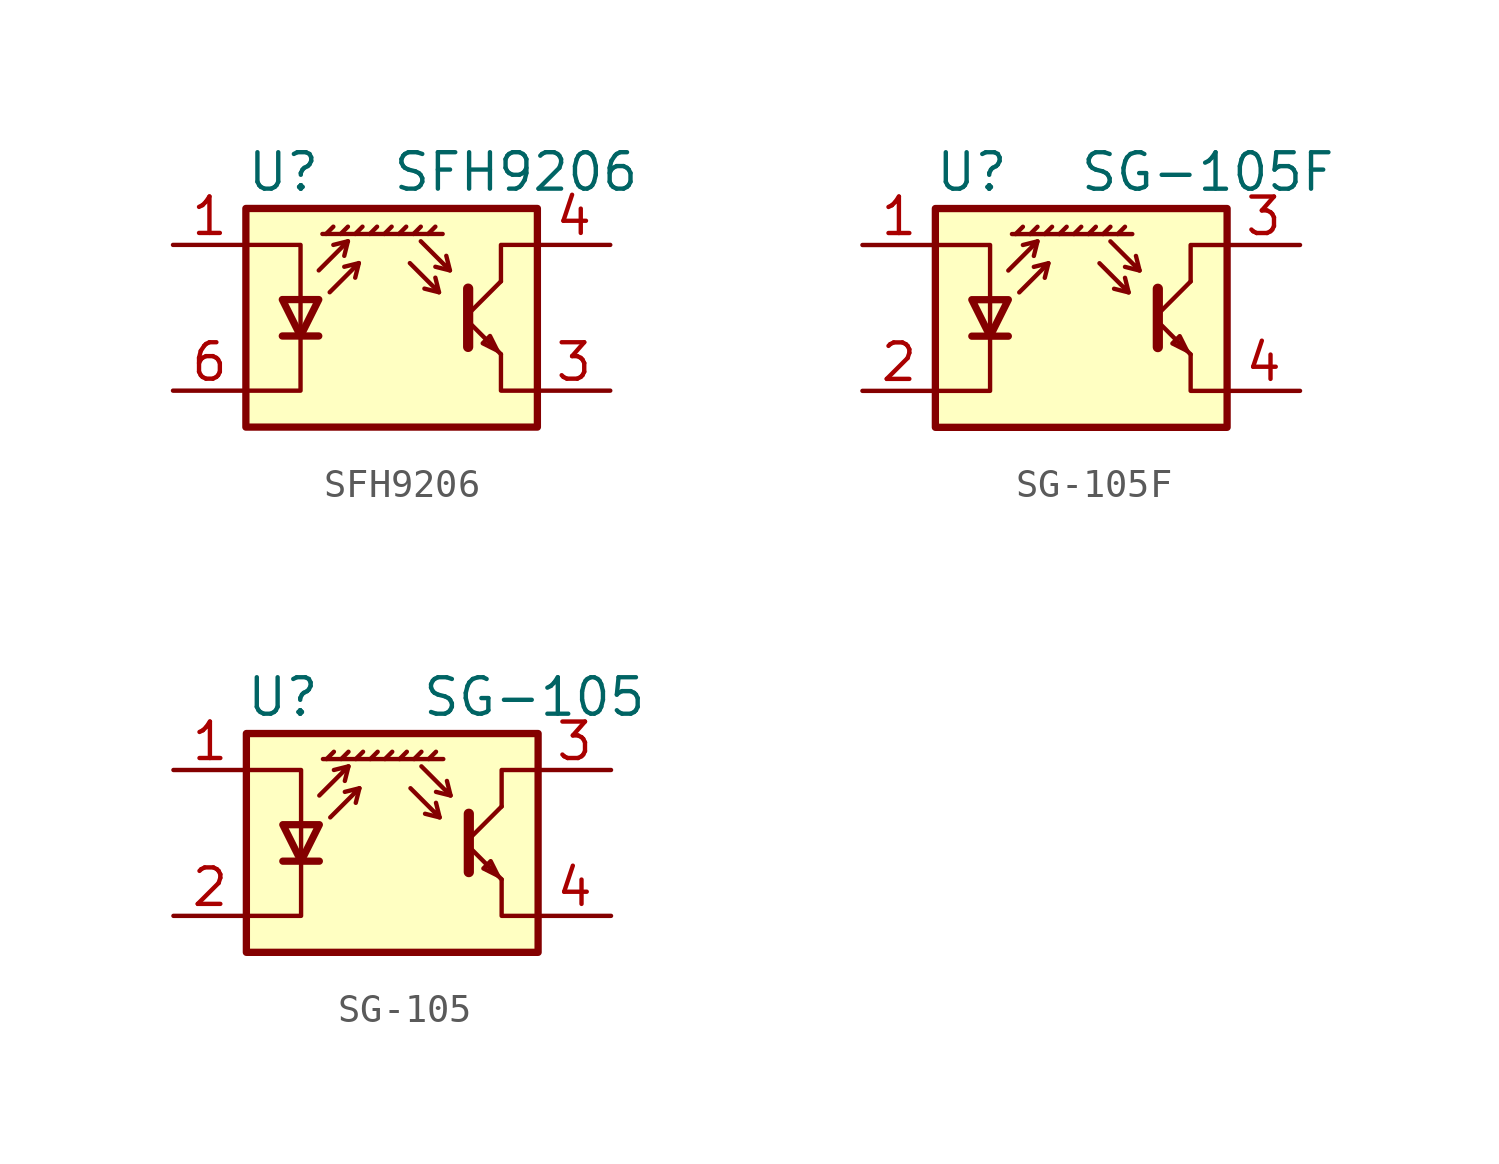
<source format=kicad_sym>
(kicad_symbol_lib
  (version 20241209)
  (generator "kicad_symbol_editor")
  (generator_version "9.0")
  (symbol "SFH9206"
    (pin_names
      (offset 0.025)
      (hide yes))
    (property "Reference" "U"
      (at -5.08 5.08 0)
      (effects (font (size 1.27 1.27)) (justify left)))
    (property "Value" "SFH9206"
      (at 0 5.08 0)
      (effects (font (size 1.27 1.27)) (justify left)))
    (symbol "SFH9206_0_1"
      (polyline (pts (xy -5.08 -2.54) (xy -3.175 -2.54) (xy -3.175 2.54) (xy -5.08 2.54)) (stroke (width 0) (type default)) (fill (type none)))
      (polyline (pts (xy -5.08 -3.81) (xy 5.08 -3.81) (xy 5.08 3.81) (xy -5.08 3.81) (xy -5.08 -3.81)) (stroke (width 0.254) (type default)) (fill (type background)))
      (polyline (pts (xy -3.81 -0.635) (xy -2.54 -0.635)) (stroke (width 0.254) (type default)) (fill (type none)))
      (polyline (pts (xy -3.175 -0.635) (xy -3.81 0.635) (xy -2.54 0.635) (xy -3.175 -0.635)) (stroke (width 0.254) (type default)) (fill (type none)))
      (polyline (pts (xy -2.54 1.651) (xy -1.524 2.667) (xy -2.032 2.54)) (stroke (width 0) (type default)) (fill (type none)))
      (polyline (pts (xy -2.286 2.921) (xy -2.032 3.175)) (stroke (width 0) (type default)) (fill (type none)))
      (polyline (pts (xy -2.159 0.889) (xy -1.143 1.905) (xy -1.651 1.778)) (stroke (width 0) (type default)) (fill (type none)))
      (polyline (pts (xy -1.778 2.921) (xy -1.524 3.175)) (stroke (width 0) (type default)) (fill (type none)))
      (polyline (pts (xy -1.524 2.667) (xy -1.651 2.159)) (stroke (width 0) (type default)) (fill (type none)))
      (polyline (pts (xy -1.27 2.921) (xy -1.016 3.175)) (stroke (width 0) (type default)) (fill (type none)))
      (polyline (pts (xy -1.143 1.905) (xy -1.27 1.397)) (stroke (width 0) (type default)) (fill (type none)))
      (polyline (pts (xy -0.762 2.921) (xy -0.508 3.175)) (stroke (width 0) (type default)) (fill (type none)))
      (polyline (pts (xy -0.254 2.921) (xy 0 3.175)) (stroke (width 0) (type default)) (fill (type none)))
      (polyline (pts (xy 0.254 2.921) (xy 0.508 3.175)) (stroke (width 0) (type default)) (fill (type none)))
      (polyline (pts (xy 0.635 1.905) (xy 1.651 0.889) (xy 1.524 1.397)) (stroke (width 0) (type default)) (fill (type none)))
      (polyline (pts (xy 0.762 2.921) (xy 1.016 3.175)) (stroke (width 0) (type default)) (fill (type none)))
      (polyline (pts (xy 1.016 2.667) (xy 2.032 1.651) (xy 1.905 2.159)) (stroke (width 0) (type default)) (fill (type none)))
      (polyline (pts (xy 1.27 2.921) (xy 1.524 3.175)) (stroke (width 0) (type default)) (fill (type none)))
      (polyline (pts (xy 1.651 0.889) (xy 1.143 1.016)) (stroke (width 0) (type default)) (fill (type none)))
      (polyline (pts (xy 1.778 2.921) (xy -2.413 2.921)) (stroke (width 0) (type default)) (fill (type none)))
      (polyline (pts (xy 2.032 1.651) (xy 1.524 1.778)) (stroke (width 0) (type default)) (fill (type none)))
      (polyline (pts (xy 2.667 1.016) (xy 2.667 -1.016)) (stroke (width 0.356) (type default)) (fill (type none)))
      (polyline (pts (xy 2.667 0.127) (xy 3.81 1.27)) (stroke (width 0) (type default)) (fill (type none)))
      (polyline (pts (xy 2.667 -0.127) (xy 3.81 -1.27)) (stroke (width 0) (type default)) (fill (type none)))
      (polyline (pts (xy 3.683 -1.143) (xy 3.429 -0.635) (xy 3.175 -0.889) (xy 3.683 -1.143)) (stroke (width 0) (type default)) (fill (type none)))
      (polyline (pts (xy 3.81 1.27) (xy 3.81 2.54) (xy 5.08 2.54)) (stroke (width 0) (type default)) (fill (type none)))
      (polyline (pts (xy 3.81 -1.27) (xy 3.81 -2.54) (xy 5.08 -2.54)) (stroke (width 0) (type default)) (fill (type none))))
    (symbol "SFH9206_1_1"
      (pin passive line (at -7.62 2.54 0) (length 2.54) (name "A" (effects (font (size 1.27 1.27)))) (number "1" (effects (font (size 1.27 1.27)))))
      (pin passive line (at -7.62 -2.54 0) (length 2.54) (name "K" (effects (font (size 1.27 1.27)))) (number "6" (effects (font (size 1.27 1.27)))))
      (pin no_connect line (at -5.08 0 0) (length 2.54) (hide yes) (name "NC" (effects (font (size 1.27 1.27)))) (number "2" (effects (font (size 1.27 1.27)))))
      (pin no_connect line (at 5.08 0 180) (length 2.54) (hide yes) (name "NC" (effects (font (size 1.27 1.27)))) (number "5" (effects (font (size 1.27 1.27)))))
      (pin open_collector line (at 7.62 2.54 180) (length 2.54) (name "C" (effects (font (size 1.27 1.27)))) (number "4" (effects (font (size 1.27 1.27)))))
      (pin open_emitter line (at 7.62 -2.54 180) (length 2.54) (name "E" (effects (font (size 1.27 1.27)))) (number "3" (effects (font (size 1.27 1.27)))))))
  (symbol "SG-105F"
    (pin_names
      (offset 1.016)
      (hide yes))
    (property "Reference" "U"
      (at -3.81 5.08 0)
      (effects (font (size 1.27 1.27))))
    (property "Value" "SG-105F"
      (at 8.89 5.08 0)
      (effects (font (size 1.27 1.27)) (justify right)))
    (symbol "SG-105F_0_1"
      (polyline (pts (xy -5.08 -2.54) (xy -3.175 -2.54) (xy -3.175 2.54) (xy -5.08 2.54)) (stroke (width 0) (type default)) (fill (type none)))
      (polyline (pts (xy -5.08 -3.81) (xy 5.08 -3.81) (xy 5.08 3.81) (xy -5.08 3.81) (xy -5.08 -3.81)) (stroke (width 0.254) (type default)) (fill (type background)))
      (polyline (pts (xy -3.81 -0.635) (xy -2.54 -0.635)) (stroke (width 0.254) (type default)) (fill (type none)))
      (polyline (pts (xy -3.175 -0.635) (xy -3.81 0.635) (xy -2.54 0.635) (xy -3.175 -0.635)) (stroke (width 0.254) (type default)) (fill (type none)))
      (polyline (pts (xy -2.54 1.651) (xy -1.524 2.667) (xy -2.032 2.54)) (stroke (width 0) (type default)) (fill (type none)))
      (polyline (pts (xy -2.286 2.921) (xy -2.032 3.175)) (stroke (width 0) (type default)) (fill (type none)))
      (polyline (pts (xy -2.159 0.889) (xy -1.143 1.905) (xy -1.651 1.778)) (stroke (width 0) (type default)) (fill (type none)))
      (polyline (pts (xy -1.778 2.921) (xy -1.524 3.175)) (stroke (width 0) (type default)) (fill (type none)))
      (polyline (pts (xy -1.524 2.667) (xy -1.651 2.159)) (stroke (width 0) (type default)) (fill (type none)))
      (polyline (pts (xy -1.27 2.921) (xy -1.016 3.175)) (stroke (width 0) (type default)) (fill (type none)))
      (polyline (pts (xy -1.143 1.905) (xy -1.27 1.397)) (stroke (width 0) (type default)) (fill (type none)))
      (polyline (pts (xy -0.762 2.921) (xy -0.508 3.175)) (stroke (width 0) (type default)) (fill (type none)))
      (polyline (pts (xy -0.254 2.921) (xy 0 3.175)) (stroke (width 0) (type default)) (fill (type none)))
      (polyline (pts (xy 0.254 2.921) (xy 0.508 3.175)) (stroke (width 0) (type default)) (fill (type none)))
      (polyline (pts (xy 0.635 1.905) (xy 1.651 0.889) (xy 1.524 1.397)) (stroke (width 0) (type default)) (fill (type none)))
      (polyline (pts (xy 0.762 2.921) (xy 1.016 3.175)) (stroke (width 0) (type default)) (fill (type none)))
      (polyline (pts (xy 1.016 2.667) (xy 2.032 1.651) (xy 1.905 2.159)) (stroke (width 0) (type default)) (fill (type none)))
      (polyline (pts (xy 1.27 2.921) (xy 1.524 3.175)) (stroke (width 0) (type default)) (fill (type none)))
      (polyline (pts (xy 1.651 0.889) (xy 1.143 1.016)) (stroke (width 0) (type default)) (fill (type none)))
      (polyline (pts (xy 1.778 2.921) (xy -2.413 2.921)) (stroke (width 0) (type default)) (fill (type none)))
      (polyline (pts (xy 2.032 1.651) (xy 1.524 1.778)) (stroke (width 0) (type default)) (fill (type none)))
      (polyline (pts (xy 2.667 1.016) (xy 2.667 -1.016)) (stroke (width 0.356) (type default)) (fill (type none)))
      (polyline (pts (xy 2.667 0.127) (xy 3.81 1.27)) (stroke (width 0) (type default)) (fill (type none)))
      (polyline (pts (xy 2.667 -0.127) (xy 3.81 -1.27)) (stroke (width 0) (type default)) (fill (type none)))
      (polyline (pts (xy 3.683 -1.143) (xy 3.429 -0.635) (xy 3.175 -0.889) (xy 3.683 -1.143)) (stroke (width 0) (type default)) (fill (type none)))
      (polyline (pts (xy 3.81 1.27) (xy 3.81 2.54) (xy 5.08 2.54)) (stroke (width 0) (type default)) (fill (type none)))
      (polyline (pts (xy 3.81 -1.27) (xy 3.81 -2.54) (xy 5.08 -2.54)) (stroke (width 0) (type default)) (fill (type none))))
    (symbol "SG-105F_1_1"
      (pin passive line (at -7.62 2.54 0) (length 2.54) (name "A" (effects (font (size 1.27 1.27)))) (number "1" (effects (font (size 1.27 1.27)))))
      (pin passive line (at -7.62 -2.54 0) (length 2.54) (name "K" (effects (font (size 1.27 1.27)))) (number "2" (effects (font (size 1.27 1.27)))))
      (pin open_collector line (at 7.62 2.54 180) (length 2.54) (name "C" (effects (font (size 1.27 1.27)))) (number "3" (effects (font (size 1.27 1.27)))))
      (pin open_emitter line (at 7.62 -2.54 180) (length 2.54) (name "E" (effects (font (size 1.27 1.27)))) (number "4" (effects (font (size 1.27 1.27)))))))
  (symbol "SG-105"
    (pin_names
      (offset 1.016)
      (hide yes))
    (property "Reference" "U"
      (at -3.81 5.08 0)
      (effects (font (size 1.27 1.27))))
    (property "Value" "SG-105"
      (at 8.89 5.08 0)
      (effects (font (size 1.27 1.27)) (justify right)))
    (symbol "SG-105_0_1"
      (polyline (pts (xy -5.08 -2.54) (xy -3.175 -2.54) (xy -3.175 2.54) (xy -5.08 2.54)) (stroke (width 0) (type default)) (fill (type none)))
      (polyline (pts (xy -5.08 -3.81) (xy 5.08 -3.81) (xy 5.08 3.81) (xy -5.08 3.81) (xy -5.08 -3.81)) (stroke (width 0.254) (type default)) (fill (type background)))
      (polyline (pts (xy -3.81 -0.635) (xy -2.54 -0.635)) (stroke (width 0.254) (type default)) (fill (type none)))
      (polyline (pts (xy -3.175 -0.635) (xy -3.81 0.635) (xy -2.54 0.635) (xy -3.175 -0.635)) (stroke (width 0.254) (type default)) (fill (type none)))
      (polyline (pts (xy -2.54 1.651) (xy -1.524 2.667) (xy -2.032 2.54)) (stroke (width 0) (type default)) (fill (type none)))
      (polyline (pts (xy -2.286 2.921) (xy -2.032 3.175)) (stroke (width 0) (type default)) (fill (type none)))
      (polyline (pts (xy -2.159 0.889) (xy -1.143 1.905) (xy -1.651 1.778)) (stroke (width 0) (type default)) (fill (type none)))
      (polyline (pts (xy -1.778 2.921) (xy -1.524 3.175)) (stroke (width 0) (type default)) (fill (type none)))
      (polyline (pts (xy -1.524 2.667) (xy -1.651 2.159)) (stroke (width 0) (type default)) (fill (type none)))
      (polyline (pts (xy -1.27 2.921) (xy -1.016 3.175)) (stroke (width 0) (type default)) (fill (type none)))
      (polyline (pts (xy -1.143 1.905) (xy -1.27 1.397)) (stroke (width 0) (type default)) (fill (type none)))
      (polyline (pts (xy -0.762 2.921) (xy -0.508 3.175)) (stroke (width 0) (type default)) (fill (type none)))
      (polyline (pts (xy -0.254 2.921) (xy 0 3.175)) (stroke (width 0) (type default)) (fill (type none)))
      (polyline (pts (xy 0.254 2.921) (xy 0.508 3.175)) (stroke (width 0) (type default)) (fill (type none)))
      (polyline (pts (xy 0.635 1.905) (xy 1.651 0.889) (xy 1.524 1.397)) (stroke (width 0) (type default)) (fill (type none)))
      (polyline (pts (xy 0.762 2.921) (xy 1.016 3.175)) (stroke (width 0) (type default)) (fill (type none)))
      (polyline (pts (xy 1.016 2.667) (xy 2.032 1.651) (xy 1.905 2.159)) (stroke (width 0) (type default)) (fill (type none)))
      (polyline (pts (xy 1.27 2.921) (xy 1.524 3.175)) (stroke (width 0) (type default)) (fill (type none)))
      (polyline (pts (xy 1.651 0.889) (xy 1.143 1.016)) (stroke (width 0) (type default)) (fill (type none)))
      (polyline (pts (xy 1.778 2.921) (xy -2.413 2.921)) (stroke (width 0) (type default)) (fill (type none)))
      (polyline (pts (xy 2.032 1.651) (xy 1.524 1.778)) (stroke (width 0) (type default)) (fill (type none)))
      (polyline (pts (xy 2.667 1.016) (xy 2.667 -1.016)) (stroke (width 0.356) (type default)) (fill (type none)))
      (polyline (pts (xy 2.667 0.127) (xy 3.81 1.27)) (stroke (width 0) (type default)) (fill (type none)))
      (polyline (pts (xy 2.667 -0.127) (xy 3.81 -1.27)) (stroke (width 0) (type default)) (fill (type none)))
      (polyline (pts (xy 3.683 -1.143) (xy 3.429 -0.635) (xy 3.175 -0.889) (xy 3.683 -1.143)) (stroke (width 0) (type default)) (fill (type none)))
      (polyline (pts (xy 3.81 1.27) (xy 3.81 2.54) (xy 5.08 2.54)) (stroke (width 0) (type default)) (fill (type none)))
      (polyline (pts (xy 3.81 -1.27) (xy 3.81 -2.54) (xy 5.08 -2.54)) (stroke (width 0) (type default)) (fill (type none))))
    (symbol "SG-105_1_1"
      (pin passive line (at -7.62 2.54 0) (length 2.54) (name "A" (effects (font (size 1.27 1.27)))) (number "1" (effects (font (size 1.27 1.27)))))
      (pin passive line (at -7.62 -2.54 0) (length 2.54) (name "K" (effects (font (size 1.27 1.27)))) (number "2" (effects (font (size 1.27 1.27)))))
      (pin open_collector line (at 7.62 2.54 180) (length 2.54) (name "C" (effects (font (size 1.27 1.27)))) (number "3" (effects (font (size 1.27 1.27)))))
      (pin open_emitter line (at 7.62 -2.54 180) (length 2.54) (name "E" (effects (font (size 1.27 1.27)))) (number "4" (effects (font (size 1.27 1.27))))))))
</source>
